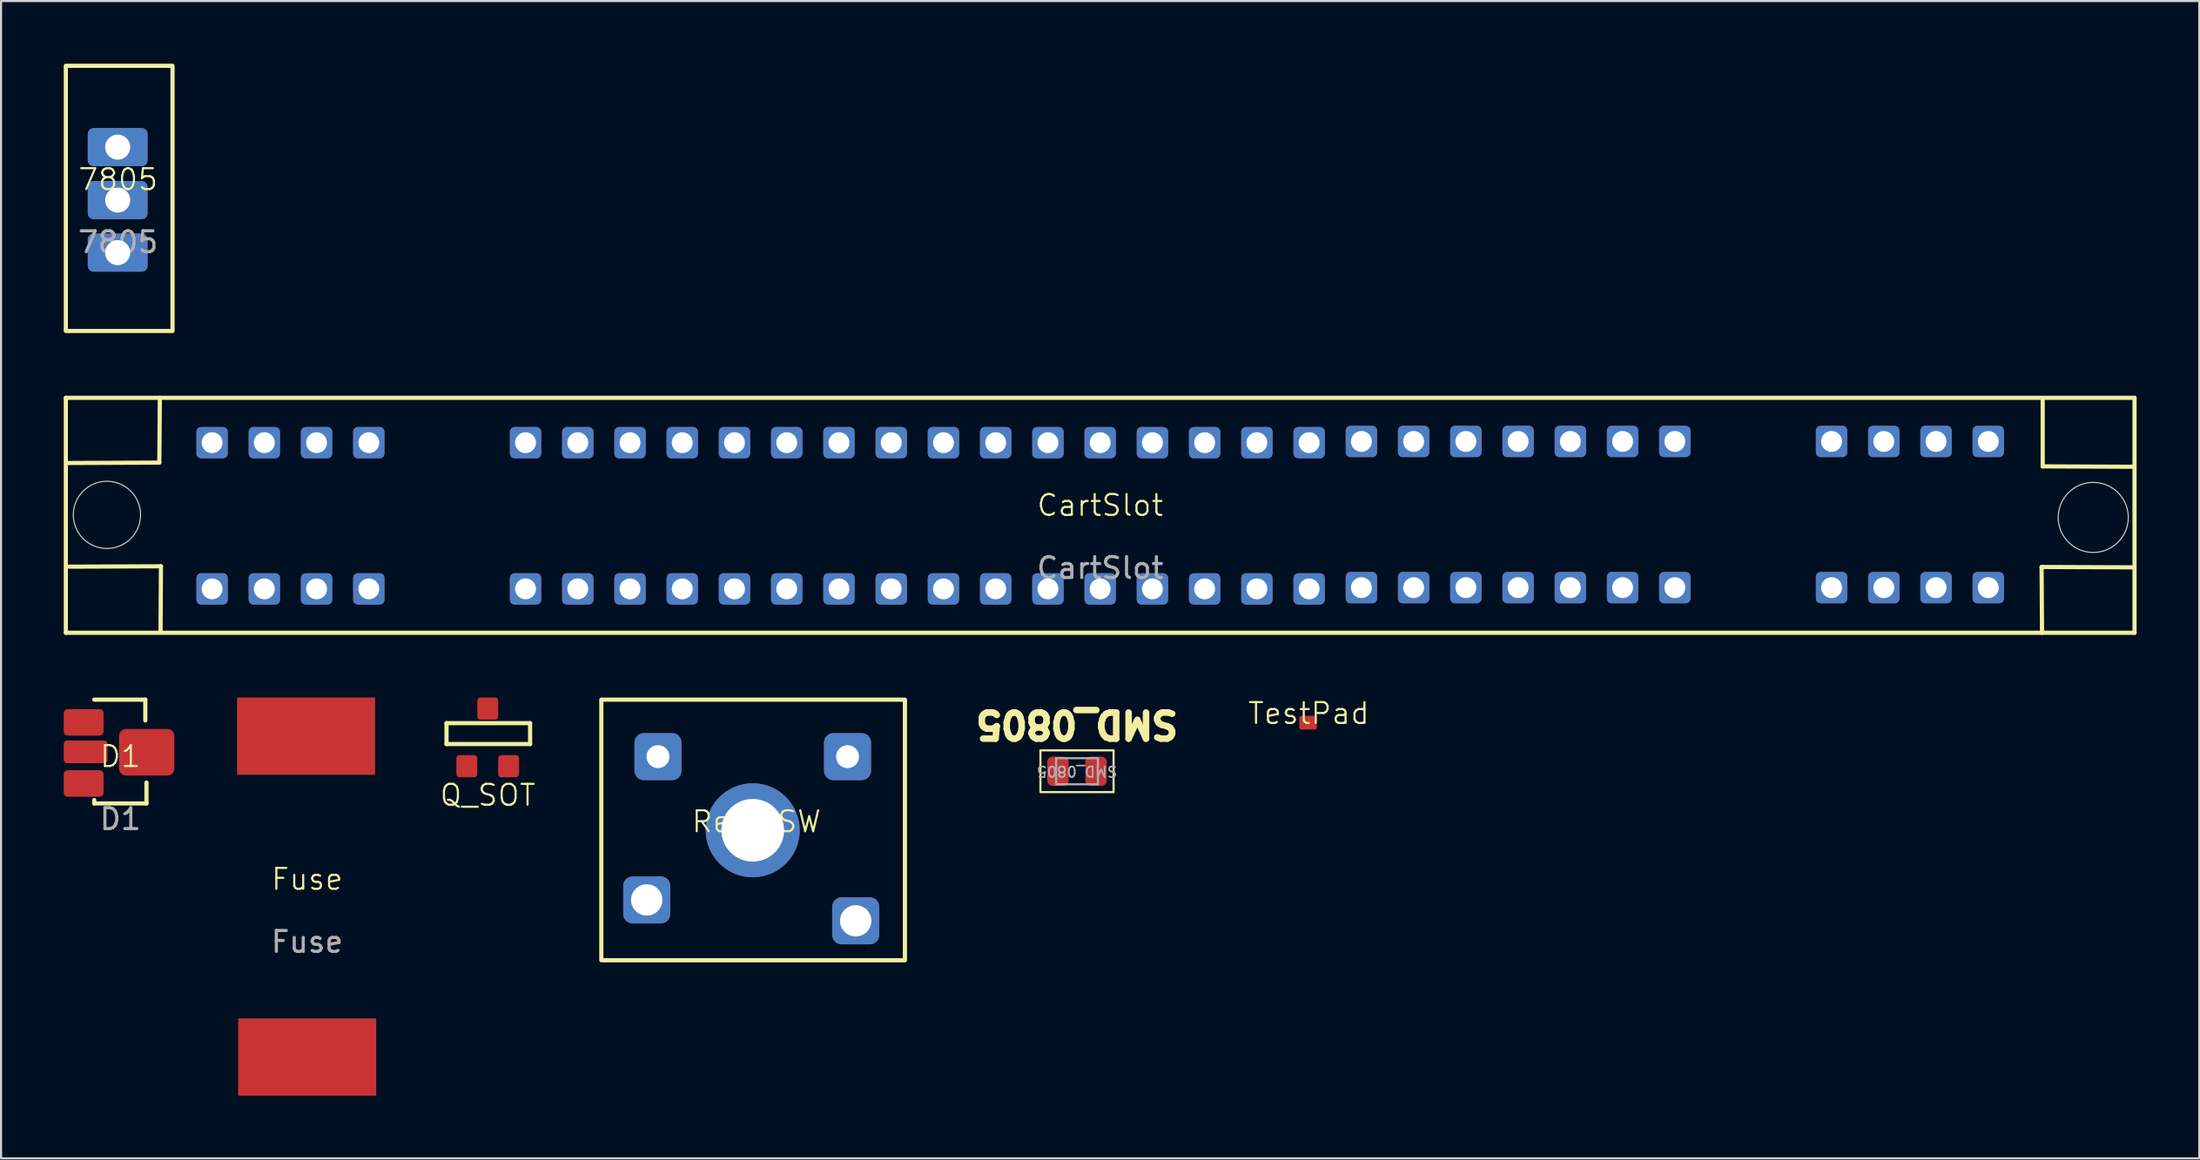
<source format=kicad_pcb>
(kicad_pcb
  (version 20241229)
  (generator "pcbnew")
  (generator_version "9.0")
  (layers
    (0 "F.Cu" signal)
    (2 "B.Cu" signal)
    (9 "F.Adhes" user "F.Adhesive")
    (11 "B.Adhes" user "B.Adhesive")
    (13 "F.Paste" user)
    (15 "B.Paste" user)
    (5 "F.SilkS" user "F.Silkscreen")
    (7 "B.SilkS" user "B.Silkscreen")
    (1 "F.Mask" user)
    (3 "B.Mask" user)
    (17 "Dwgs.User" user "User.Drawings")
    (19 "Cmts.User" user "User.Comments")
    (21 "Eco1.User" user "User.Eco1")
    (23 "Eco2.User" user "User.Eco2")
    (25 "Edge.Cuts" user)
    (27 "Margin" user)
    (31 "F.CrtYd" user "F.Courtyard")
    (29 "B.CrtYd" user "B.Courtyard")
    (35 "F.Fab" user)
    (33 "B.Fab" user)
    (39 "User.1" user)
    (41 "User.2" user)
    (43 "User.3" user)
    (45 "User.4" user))
  (footprint "TestPad"
    (layer "F.Cu")
    (at 59.581 31.606)
    (property "Reference" "TestPad" (at 0 -0.5 0) (unlocked yes) (layer "F.SilkS") (effects (font (size 1 1) (thickness 0.1))))
    (attr smd)
    (pad "1" smd roundrect (at -0.033 -0.056) (size 0.839 0.657) (property pad_prop_testpoint) (layers "F.Cu" "F.Mask") (roundrect_rratio 0.15)))
  (footprint "Q_SOT"
    (layer "F.Cu")
    (at 20.291 32.271)
    (property "Reference" "Q_SOT" (at 0 2.75 0) (unlocked yes) (layer "F.SilkS") (effects (font (size 1 1) (thickness 0.1))))
    (attr smd)
    (fp_line (start -1.973 -0.699) (end -1.973 0.301) (stroke (width 0.2) (type solid)) (layer "F.SilkS"))
    (fp_line (start -1.973 0.301) (end 2.027 0.301) (stroke (width 0.2) (type solid)) (layer "F.SilkS"))
    (fp_line (start 2.027 -0.699) (end -1.973 -0.699) (stroke (width 0.2) (type solid)) (layer "F.SilkS"))
    (fp_line (start 2.027 0.301) (end 2.027 -0.699) (stroke (width 0.2) (type solid)) (layer "F.SilkS"))
    (pad "1" smd roundrect (at 0 -1.396 90) (size 1.059 1) (layers "F.Cu" "F.Mask" "F.Paste") (roundrect_rratio 0.15))
    (pad "2" smd roundrect (at -1 1.362 90) (size 1.059 1) (layers "F.Cu" "F.Mask" "F.Paste") (roundrect_rratio 0.15))
    (pad "3" smd roundrect (at 1 1.362 90) (size 1.059 1) (layers "F.Cu" "F.Mask" "F.Paste") (roundrect_rratio 0.15)))
  (footprint "CartSlot"
    (layer "F.Cu")
    (at 49.6 21.644)
    (property "Reference" "CartSlot" (at 0 -0.5 0) (unlocked yes) (layer "F.SilkS") (effects (font (size 1 1) (thickness 0.1))))
    (attr smd)
    (fp_line (start -49.5 -5.649) (end -49.5 5.601) (stroke (width 0.2) (type solid)) (layer "F.SilkS"))
    (fp_line (start -49.5 -5.649) (end 49.5 -5.649) (stroke (width 0.2) (type solid)) (layer "F.SilkS"))
    (fp_line (start -49.5 5.601) (end 49.5 5.601) (stroke (width 0.2) (type solid)) (layer "F.SilkS"))
    (fp_line (start -45.026 -2.546) (end -49.416 -2.527) (stroke (width 0.2) (type solid)) (layer "F.SilkS"))
    (fp_line (start -45 -5.649) (end -45.026 -2.546) (stroke (width 0.2) (type solid)) (layer "F.SilkS"))
    (fp_line (start -44.947 2.418) (end -49.337 2.436) (stroke (width 0.2) (type solid)) (layer "F.SilkS"))
    (fp_line (start -44.947 2.418) (end -44.967 5.568) (stroke (width 0.2) (type solid)) (layer "F.SilkS"))
    (fp_line (start 45.052 2.451) (end 45.073 5.601) (stroke (width 0.2) (type solid)) (layer "F.SilkS"))
    (fp_line (start 45.052 2.451) (end 49.443 2.469) (stroke (width 0.2) (type solid)) (layer "F.SilkS"))
    (fp_line (start 45.105 -5.616) (end 45.105 -2.366) (stroke (width 0.2) (type solid)) (layer "F.SilkS"))
    (fp_line (start 45.105 -2.366) (end 49.496 -2.347) (stroke (width 0.2) (type solid)) (layer "F.SilkS"))
    (fp_line (start 49.5 -5.649) (end 49.5 5.601) (stroke (width 0.2) (type solid)) (layer "F.SilkS"))
    (fp_circle (center -47.532 -0.044) (end -46.026 0.523) (stroke (width 0.05) (type default)) (fill no) (layer "Edge.Cuts"))
    (fp_circle (center 47.524 0.078) (end 49.024 0.828) (stroke (width 0.05) (type default)) (fill no) (layer "Edge.Cuts"))
    (fp_text user "${REFERENCE}" (at 0 2.5 0) (unlocked yes) (layer "F.Fab") (effects (font (size 1 1) (thickness 0.15))))
    (pad "1" thru_hole roundrect (at -42.5 3.5) (size 1.5 1.5) (drill 1) (layers "*.Cu" "*.Mask") (roundrect_rratio 0.15))
    (pad "2" thru_hole roundrect (at -40 3.5) (size 1.5 1.5) (drill 1) (layers "*.Cu" "*.Mask") (roundrect_rratio 0.15))
    (pad "3" thru_hole roundrect (at -37.5 3.5) (size 1.5 1.5) (drill 1) (layers "*.Cu" "*.Mask") (roundrect_rratio 0.15))
    (pad "4" thru_hole roundrect (at -35 3.5) (size 1.5 1.5) (drill 1) (layers "*.Cu" "*.Mask") (roundrect_rratio 0.15))
    (pad "5" thru_hole roundrect (at -27.5 3.5) (size 1.5 1.5) (drill 1) (layers "*.Cu" "*.Mask") (roundrect_rratio 0.15))
    (pad "6" thru_hole roundrect (at -25 3.5) (size 1.5 1.5) (drill 1) (layers "*.Cu" "*.Mask") (roundrect_rratio 0.15))
    (pad "7" thru_hole roundrect (at -22.5 3.5) (size 1.5 1.5) (drill 1) (layers "*.Cu" "*.Mask") (roundrect_rratio 0.15))
    (pad "8" thru_hole roundrect (at -20 3.5) (size 1.5 1.5) (drill 1) (layers "*.Cu" "*.Mask") (roundrect_rratio 0.15))
    (pad "9" thru_hole roundrect (at -17.5 3.5) (size 1.5 1.5) (drill 1) (layers "*.Cu" "*.Mask") (roundrect_rratio 0.15))
    (pad "10" thru_hole roundrect (at -15 3.5) (size 1.5 1.5) (drill 1) (layers "*.Cu" "*.Mask") (roundrect_rratio 0.15))
    (pad "11" thru_hole roundrect (at -12.5 3.5) (size 1.5 1.5) (drill 1) (layers "*.Cu" "*.Mask") (roundrect_rratio 0.15))
    (pad "12" thru_hole roundrect (at -10 3.5) (size 1.5 1.5) (drill 1) (layers "*.Cu" "*.Mask") (roundrect_rratio 0.15))
    (pad "13" thru_hole roundrect (at -7.5 3.5) (size 1.5 1.5) (drill 1) (layers "*.Cu" "*.Mask") (roundrect_rratio 0.15))
    (pad "14" thru_hole roundrect (at -5 3.5) (size 1.5 1.5) (drill 1) (layers "*.Cu" "*.Mask") (roundrect_rratio 0.15))
    (pad "15" thru_hole roundrect (at -2.5 3.5) (size 1.5 1.5) (drill 1) (layers "*.Cu" "*.Mask") (roundrect_rratio 0.15))
    (pad "16" thru_hole roundrect (at 0 3.5) (size 1.5 1.5) (drill 1) (layers "*.Cu" "*.Mask") (roundrect_rratio 0.15))
    (pad "17" thru_hole roundrect (at 2.5 3.5) (size 1.5 1.5) (drill 1) (layers "*.Cu" "*.Mask") (roundrect_rratio 0.15))
    (pad "18" thru_hole roundrect (at 5 3.5) (size 1.5 1.5) (drill 1) (layers "*.Cu" "*.Mask") (roundrect_rratio 0.15))
    (pad "19" thru_hole roundrect (at 7.5 3.5) (size 1.5 1.5) (drill 1) (layers "*.Cu" "*.Mask") (roundrect_rratio 0.15))
    (pad "20" thru_hole roundrect (at 10 3.5) (size 1.5 1.5) (drill 1) (layers "*.Cu" "*.Mask") (roundrect_rratio 0.15))
    (pad "21" thru_hole roundrect (at 12.501 3.441) (size 1.5 1.5) (drill 1) (layers "*.Cu" "*.Mask") (roundrect_rratio 0.15))
    (pad "22" thru_hole roundrect (at 15.001 3.441) (size 1.5 1.5) (drill 1) (layers "*.Cu" "*.Mask") (roundrect_rratio 0.15))
    (pad "23" thru_hole roundrect (at 17.501 3.441) (size 1.5 1.5) (drill 1) (layers "*.Cu" "*.Mask") (roundrect_rratio 0.15))
    (pad "24" thru_hole roundrect (at 20.001 3.441) (size 1.5 1.5) (drill 1) (layers "*.Cu" "*.Mask") (roundrect_rratio 0.15))
    (pad "25" thru_hole roundrect (at 22.501 3.441) (size 1.5 1.5) (drill 1) (layers "*.Cu" "*.Mask") (roundrect_rratio 0.15))
    (pad "26" thru_hole roundrect (at 25.001 3.441) (size 1.5 1.5) (drill 1) (layers "*.Cu" "*.Mask") (roundrect_rratio 0.15))
    (pad "27" thru_hole roundrect (at 27.501 3.441) (size 1.5 1.5) (drill 1) (layers "*.Cu" "*.Mask") (roundrect_rratio 0.15))
    (pad "28" thru_hole roundrect (at 35.001 3.441) (size 1.5 1.5) (drill 1) (layers "*.Cu" "*.Mask") (roundrect_rratio 0.15))
    (pad "29" thru_hole roundrect (at 37.501 3.441) (size 1.5 1.5) (drill 1) (layers "*.Cu" "*.Mask") (roundrect_rratio 0.15))
    (pad "30" thru_hole roundrect (at 40.001 3.441) (size 1.5 1.5) (drill 1) (layers "*.Cu" "*.Mask") (roundrect_rratio 0.15))
    (pad "31" thru_hole roundrect (at 42.501 3.441) (size 1.5 1.5) (drill 1) (layers "*.Cu" "*.Mask") (roundrect_rratio 0.15))
    (pad "32" thru_hole roundrect (at -42.5 -3.5) (size 1.5 1.5) (drill 1) (layers "*.Cu" "*.Mask") (roundrect_rratio 0.15))
    (pad "33" thru_hole roundrect (at -40 -3.5) (size 1.5 1.5) (drill 1) (layers "*.Cu" "*.Mask") (roundrect_rratio 0.15))
    (pad "34" thru_hole roundrect (at -37.5 -3.5) (size 1.5 1.5) (drill 1) (layers "*.Cu" "*.Mask") (roundrect_rratio 0.15))
    (pad "35" thru_hole roundrect (at -35 -3.5) (size 1.5 1.5) (drill 1) (layers "*.Cu" "*.Mask") (roundrect_rratio 0.15))
    (pad "36" thru_hole roundrect (at -27.5 -3.5) (size 1.5 1.5) (drill 1) (layers "*.Cu" "*.Mask") (roundrect_rratio 0.15))
    (pad "37" thru_hole roundrect (at -25 -3.5) (size 1.5 1.5) (drill 1) (layers "*.Cu" "*.Mask") (roundrect_rratio 0.15))
    (pad "38" thru_hole roundrect (at -22.5 -3.5) (size 1.5 1.5) (drill 1) (layers "*.Cu" "*.Mask") (roundrect_rratio 0.15))
    (pad "39" thru_hole roundrect (at -20 -3.5) (size 1.5 1.5) (drill 1) (layers "*.Cu" "*.Mask") (roundrect_rratio 0.15))
    (pad "40" thru_hole roundrect (at -17.5 -3.5) (size 1.5 1.5) (drill 1) (layers "*.Cu" "*.Mask") (roundrect_rratio 0.15))
    (pad "41" thru_hole roundrect (at -15 -3.5) (size 1.5 1.5) (drill 1) (layers "*.Cu" "*.Mask") (roundrect_rratio 0.15))
    (pad "42" thru_hole roundrect (at -12.5 -3.5) (size 1.5 1.5) (drill 1) (layers "*.Cu" "*.Mask") (roundrect_rratio 0.15))
    (pad "43" thru_hole roundrect (at -10 -3.5) (size 1.5 1.5) (drill 1) (layers "*.Cu" "*.Mask") (roundrect_rratio 0.15))
    (pad "44" thru_hole roundrect (at -7.5 -3.5) (size 1.5 1.5) (drill 1) (layers "*.Cu" "*.Mask") (roundrect_rratio 0.15))
    (pad "45" thru_hole roundrect (at -5 -3.5) (size 1.5 1.5) (drill 1) (layers "*.Cu" "*.Mask") (roundrect_rratio 0.15))
    (pad "46" thru_hole roundrect (at -2.5 -3.5) (size 1.5 1.5) (drill 1) (layers "*.Cu" "*.Mask") (roundrect_rratio 0.15))
    (pad "47" thru_hole roundrect (at 0 -3.5) (size 1.5 1.5) (drill 1) (layers "*.Cu" "*.Mask") (roundrect_rratio 0.15))
    (pad "48" thru_hole roundrect (at 2.5 -3.5) (size 1.5 1.5) (drill 1) (layers "*.Cu" "*.Mask") (roundrect_rratio 0.15))
    (pad "49" thru_hole roundrect (at 5 -3.5) (size 1.5 1.5) (drill 1) (layers "*.Cu" "*.Mask") (roundrect_rratio 0.15))
    (pad "50" thru_hole roundrect (at 7.5 -3.5) (size 1.5 1.5) (drill 1) (layers "*.Cu" "*.Mask") (roundrect_rratio 0.15))
    (pad "51" thru_hole roundrect (at 10 -3.5) (size 1.5 1.5) (drill 1) (layers "*.Cu" "*.Mask") (roundrect_rratio 0.15))
    (pad "52" thru_hole roundrect (at 12.501 -3.559) (size 1.5 1.5) (drill 1) (layers "*.Cu" "*.Mask") (roundrect_rratio 0.15))
    (pad "53" thru_hole roundrect (at 15.001 -3.559) (size 1.5 1.5) (drill 1) (layers "*.Cu" "*.Mask") (roundrect_rratio 0.15))
    (pad "54" thru_hole roundrect (at 17.501 -3.559) (size 1.5 1.5) (drill 1) (layers "*.Cu" "*.Mask") (roundrect_rratio 0.15))
    (pad "55" thru_hole roundrect (at 20.001 -3.559) (size 1.5 1.5) (drill 1) (layers "*.Cu" "*.Mask") (roundrect_rratio 0.15))
    (pad "56" thru_hole roundrect (at 22.501 -3.559) (size 1.5 1.5) (drill 1) (layers "*.Cu" "*.Mask") (roundrect_rratio 0.15))
    (pad "57" thru_hole roundrect (at 25.001 -3.559) (size 1.5 1.5) (drill 1) (layers "*.Cu" "*.Mask") (roundrect_rratio 0.15))
    (pad "58" thru_hole roundrect (at 27.501 -3.559) (size 1.5 1.5) (drill 1) (layers "*.Cu" "*.Mask") (roundrect_rratio 0.15))
    (pad "59" thru_hole roundrect (at 35.001 -3.559) (size 1.5 1.5) (drill 1) (layers "*.Cu" "*.Mask") (roundrect_rratio 0.15))
    (pad "60" thru_hole roundrect (at 37.501 -3.559) (size 1.5 1.5) (drill 1) (layers "*.Cu" "*.Mask") (roundrect_rratio 0.15))
    (pad "61" thru_hole roundrect (at 40.001 -3.559) (size 1.5 1.5) (drill 1) (layers "*.Cu" "*.Mask") (roundrect_rratio 0.15))
    (pad "62" thru_hole roundrect (at 42.501 -3.559) (size 1.5 1.5) (drill 1) (layers "*.Cu" "*.Mask") (roundrect_rratio 0.15)))
  (footprint "SMD_0805"
    (layer "F.Cu")
    (at 48.491 33.875)
    (property "Reference" "SMD_0805" (at 0 -2.25 180) (unlocked yes) (layer "F.SilkS") (effects (font (size 1.25 1.25) (thickness 0.312) (bold yes))))
    (attr smd)
    (fp_rect (start -1.75 -1) (end 1.75 1) (stroke (width 0.1) (type default)) (fill no) (layer "F.SilkS"))
    (fp_line (start -1 -0.625) (end 1 -0.625) (stroke (width 0.1) (type solid)) (layer "F.Fab"))
    (fp_line (start -1 0.625) (end -1 -0.625) (stroke (width 0.1) (type solid)) (layer "F.Fab"))
    (fp_line (start 1 -0.625) (end 1 0.625) (stroke (width 0.1) (type solid)) (layer "F.Fab"))
    (fp_line (start 1 0.625) (end -1 0.625) (stroke (width 0.1) (type solid)) (layer "F.Fab"))
    (fp_text user "${REFERENCE}" (at 0 0 180) (unlocked yes) (layer "F.Fab") (effects (font (size 0.5 0.5) (thickness 0.08))))
    (pad "1" smd roundrect (at -0.912 0) (size 1.025 1.4) (layers "F.Cu" "F.Mask" "F.Paste") (roundrect_rratio 0.244))
    (pad "2" smd roundrect (at 0.912 0) (size 1.025 1.4) (layers "F.Cu" "F.Mask" "F.Paste") (roundrect_rratio 0.244)))
  (footprint "ResetSW"
    (layer "F.Cu")
    (at 33.15 36.786)
    (property "Reference" "ResetSW" (at 0 -0.5 0) (unlocked yes) (layer "F.SilkS") (effects (font (size 1 1) (thickness 0.1))))
    (attr smd)
    (fp_rect (start -7.423 -6.34) (end 7.106 6.137) (stroke (width 0.2) (type solid)) (fill no) (layer "F.SilkS"))
    (pad "1" thru_hole roundrect (at -4.711 -3.611) (size 2.25 2.25) (drill 1.1) (layers "*.Cu" "*.Mask") (roundrect_rratio 0.197))
    (pad "2" thru_hole roundrect (at 4.359 -3.611) (size 2.25 2.25) (drill 1.1) (layers "*.Cu" "*.Mask") (roundrect_rratio 0.197))
    (pad "3" thru_hole roundrect (at 4.75 4.25) (size 2.25 2.25) (drill 1.5) (layers "*.Cu" "*.Mask") (roundrect_rratio 0.197))
    (pad "4" thru_hole roundrect (at -5.25 3.25) (size 2.25 2.25) (drill 1.5) (layers "*.Cu" "*.Mask") (roundrect_rratio 0.197))
    (pad "5" thru_hole circle (at -0.178 -0.085) (size 4.5 4.5) (drill 3) (layers "*.Cu" "*.Mask")))
  (footprint "7805"
    (layer "F.Cu")
    (at 2.6 6.045)
    (property "Reference" "7805" (at 0 -0.5 0) (unlocked yes) (layer "F.SilkS") (effects (font (size 1 1) (thickness 0.1))))
    (attr smd)
    (fp_rect (start -2.5 -5.945) (end 2.607 6.75) (stroke (width 0.2) (type solid)) (fill no) (layer "F.SilkS"))
    (fp_text user "${REFERENCE}" (at 0 2.5 0) (unlocked yes) (layer "F.Fab") (effects (font (size 1 1) (thickness 0.15))))
    (pad "1" thru_hole roundrect (at -0.018 -2.051) (size 2.861 1.826) (drill 1.2) (layers "*.Cu" "*.Mask") (roundrect_rratio 0.15))
    (pad "2" thru_hole roundrect (at -0.018 0.485) (size 2.861 1.826) (drill 1.2) (layers "*.Cu" "*.Mask") (roundrect_rratio 0.15))
    (pad "3" thru_hole roundrect (at -0.018 3) (size 2.861 1.826) (drill 1.2) (layers "*.Cu" "*.Mask") (roundrect_rratio 0.15)))
  (footprint "Fuse"
    (layer "F.Cu")
    (at 11.651 39.544)
    (property "Reference" "Fuse" (at 0 -0.5 0) (unlocked yes) (layer "F.SilkS") (effects (font (size 1 1) (thickness 0.1))))
    (attr smd)
    (fp_text user "${REFERENCE}" (at 0 2.5 0) (unlocked yes) (layer "F.Fab") (effects (font (size 1 1) (thickness 0.15))))
    (pad "1" smd rect (at -0.054 -7.349) (size 6.607 3.699) (layers "F.Cu" "F.Mask" "F.Paste"))
    (pad "2" smd rect (at 0 8.015) (size 6.607 3.699) (layers "F.Cu" "F.Mask" "F.Paste")))
  (footprint "D1"
    (layer "F.Cu")
    (at 2.71 33.665)
    (property "Reference" "D1" (at 0 -0.5 0) (unlocked yes) (layer "F.SilkS") (effects (font (size 1 1) (thickness 0.1))))
    (attr smd)
    (fp_line (start -1.25 -3.219) (end 1.194 -3.219) (stroke (width 0.2) (type solid)) (layer "F.SilkS"))
    (fp_line (start -1.25 1.75) (end -1.25 1.589) (stroke (width 0.2) (type solid)) (layer "F.SilkS"))
    (fp_line (start 1.194 -3.219) (end 1.194 -2.219) (stroke (width 0.2) (type solid)) (layer "F.SilkS"))
    (fp_line (start 1.25 0.75) (end 1.25 1.75) (stroke (width 0.2) (type solid)) (layer "F.SilkS"))
    (fp_line (start 1.25 1.75) (end -1.25 1.75) (stroke (width 0.2) (type solid)) (layer "F.SilkS"))
    (fp_text user "${REFERENCE}" (at 0 2.5 0) (unlocked yes) (layer "F.Fab") (effects (font (size 1 1) (thickness 0.15))))
    (pad "1" smd roundrect (at -1.757 -2.131) (size 1.905 1.27) (layers "F.Cu" "F.Mask" "F.Paste") (roundrect_rratio 0.15))
    (pad "2" smd roundrect (at -1.661 -0.718) (size 2.097 1.082) (layers "F.Cu" "F.Mask" "F.Paste") (roundrect_rratio 0.15))
    (pad "3" smd roundrect (at -1.757 0.796) (size 1.905 1.27) (layers "F.Cu" "F.Mask" "F.Paste") (roundrect_rratio 0.15))
    (pad "4" smd roundrect (at 1.26 -0.7) (size 2.649 2.232) (layers "F.Cu" "F.Mask" "F.Paste") (roundrect_rratio 0.15)))
  (gr_rect
    (start -3 -3)
    (end 102.2 52.408)
    (stroke (width 0.1) (type default))
    (fill no)
    (layer "Edge.Cuts")))
</source>
